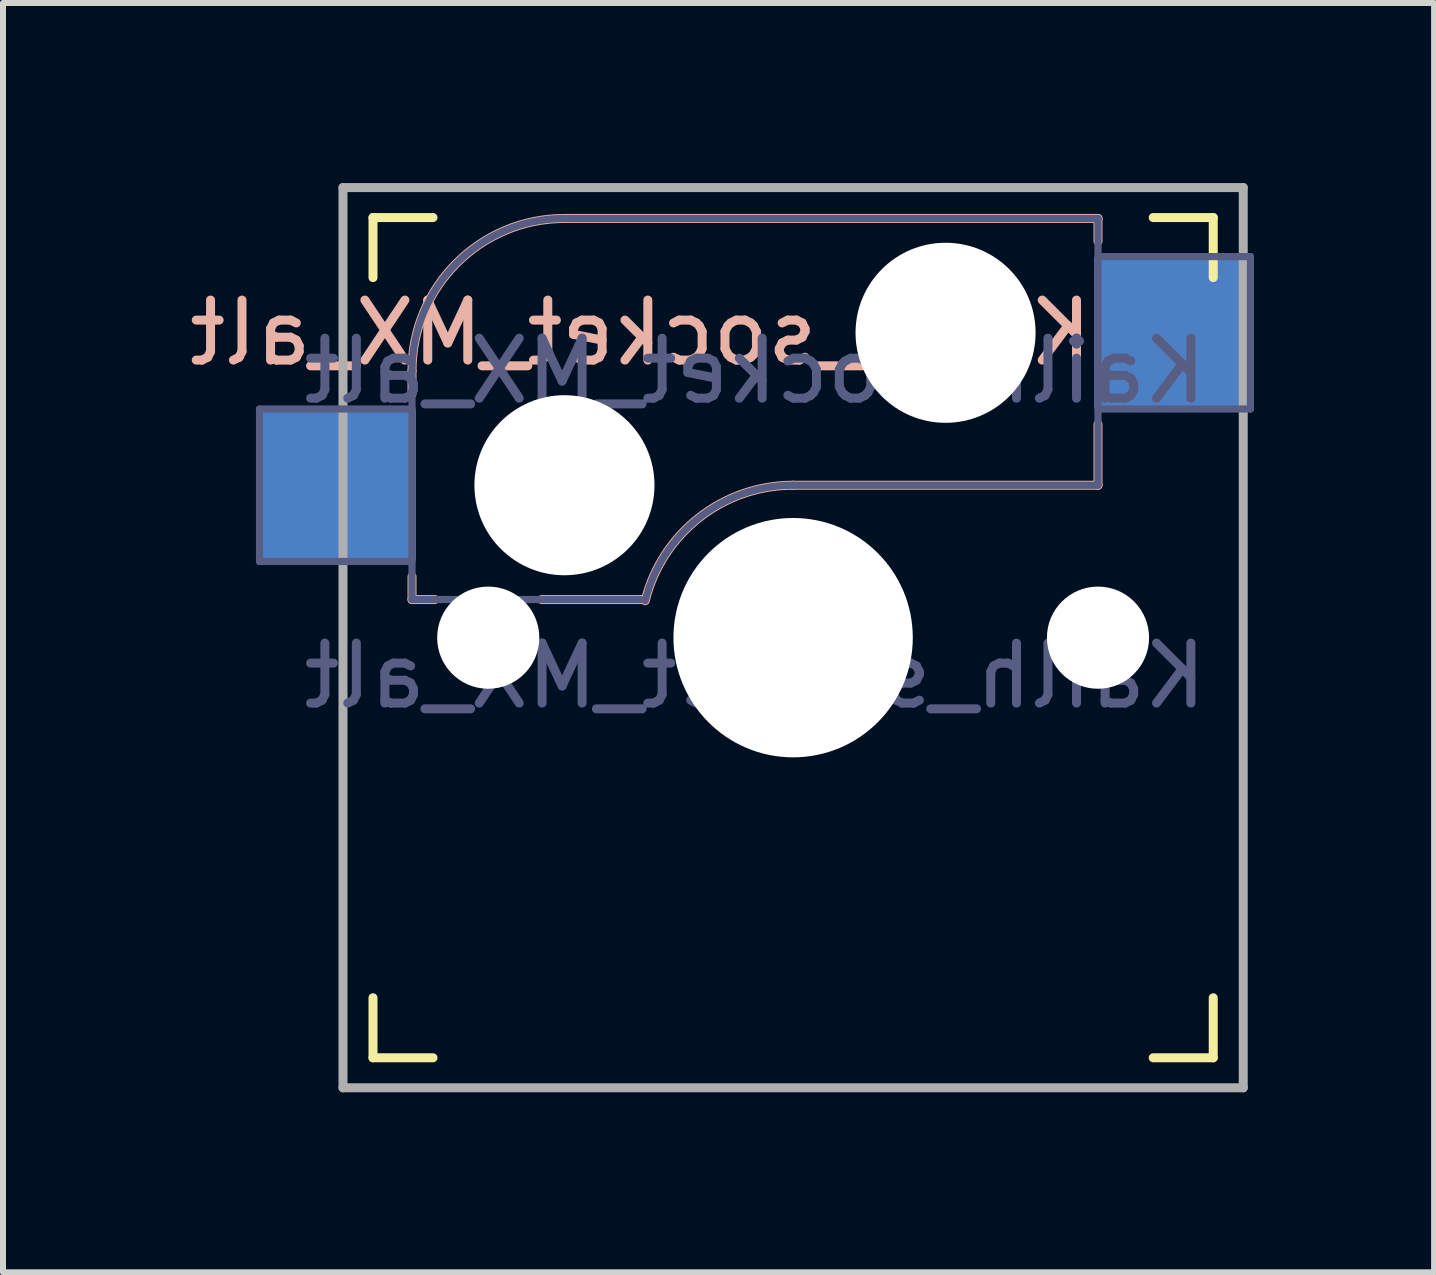
<source format=kicad_pcb>
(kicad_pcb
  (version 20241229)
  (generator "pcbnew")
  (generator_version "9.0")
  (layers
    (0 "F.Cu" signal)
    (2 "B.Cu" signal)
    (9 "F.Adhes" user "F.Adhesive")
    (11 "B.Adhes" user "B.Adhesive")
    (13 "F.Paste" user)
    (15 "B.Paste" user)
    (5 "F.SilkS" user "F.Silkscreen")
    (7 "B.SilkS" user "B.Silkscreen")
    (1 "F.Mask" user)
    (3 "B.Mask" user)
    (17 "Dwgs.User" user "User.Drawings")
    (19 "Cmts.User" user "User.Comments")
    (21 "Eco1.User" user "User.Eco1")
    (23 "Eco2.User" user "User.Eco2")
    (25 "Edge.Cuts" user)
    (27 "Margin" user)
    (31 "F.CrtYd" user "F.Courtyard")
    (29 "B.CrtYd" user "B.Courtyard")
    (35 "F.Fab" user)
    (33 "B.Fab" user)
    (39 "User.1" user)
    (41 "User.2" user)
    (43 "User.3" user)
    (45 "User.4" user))
  (footprint "Kailh_socket_MX_alt"
    (layer "F.Cu")
    (at 10.165 7.575)
    (property "Reference" "Kailh_socket_MX_alt" (at -2.54 -5.08 0) (layer "B.SilkS") (effects (font (size 1 1) (thickness 0.15)) (justify mirror)))
    (property "Value" "Kailh_socket_MX_alt" (at 0 8.255 0) (layer "F.Fab") (hide yes) (effects (font (size 1 1) (thickness 0.15))))
    (attr smd)
    (fp_line (start -7 -6) (end -7 -7) (stroke (width 0.15) (type solid)) (layer "F.SilkS"))
    (fp_line (start -7 7) (end -7 6) (stroke (width 0.15) (type solid)) (layer "F.SilkS"))
    (fp_line (start -7 7) (end -6 7) (stroke (width 0.15) (type solid)) (layer "F.SilkS"))
    (fp_line (start -6 -7) (end -7 -7) (stroke (width 0.15) (type solid)) (layer "F.SilkS"))
    (fp_line (start 6 7) (end 7 7) (stroke (width 0.15) (type solid)) (layer "F.SilkS"))
    (fp_line (start 7 -7) (end 6 -7) (stroke (width 0.15) (type solid)) (layer "F.SilkS"))
    (fp_line (start 7 -7) (end 7 -6) (stroke (width 0.15) (type solid)) (layer "F.SilkS"))
    (fp_line (start 7 6) (end 7 7) (stroke (width 0.15) (type solid)) (layer "F.SilkS"))
    (fp_line (start -6.35 -4.445) (end -6.35 -4.064) (stroke (width 0.15) (type solid)) (layer "B.SilkS"))
    (fp_line (start -6.35 -1.016) (end -6.35 -0.635) (stroke (width 0.15) (type solid)) (layer "B.SilkS"))
    (fp_line (start -5.969 -0.635) (end -6.35 -0.635) (stroke (width 0.15) (type solid)) (layer "B.SilkS"))
    (fp_line (start -3.81 -6.985) (end 5.08 -6.985) (stroke (width 0.15) (type solid)) (layer "B.SilkS"))
    (fp_line (start -2.464 -0.635) (end -4.191 -0.635) (stroke (width 0.15) (type solid)) (layer "B.SilkS"))
    (fp_line (start 5.08 -6.985) (end 5.08 -6.604) (stroke (width 0.15) (type solid)) (layer "B.SilkS"))
    (fp_line (start 5.08 -3.556) (end 5.08 -2.54) (stroke (width 0.15) (type solid)) (layer "B.SilkS"))
    (fp_line (start 5.08 -2.54) (end 0 -2.54) (stroke (width 0.15) (type solid)) (layer "B.SilkS"))
    (fp_arc (start -6.35 -4.445) (mid -5.606051 -6.241051) (end -3.81 -6.985) (stroke (width 0.15) (type solid)) (layer "B.SilkS"))
    (fp_arc (start -2.464162 -0.61604) (mid -1.563147 -2.002042) (end 0 -2.54) (stroke (width 0.15) (type solid)) (layer "B.SilkS"))
    (fp_line (start -6.9 6.9) (end -6.9 -6.9) (stroke (width 0.15) (type solid)) (layer "Eco2.User"))
    (fp_line (start -6.9 6.9) (end 6.9 6.9) (stroke (width 0.15) (type solid)) (layer "Eco2.User"))
    (fp_line (start 6.9 -6.9) (end -6.9 -6.9) (stroke (width 0.15) (type solid)) (layer "Eco2.User"))
    (fp_line (start 6.9 -6.9) (end 6.9 6.9) (stroke (width 0.15) (type solid)) (layer "Eco2.User"))
    (fp_line (start -8.89 -3.81) (end -6.35 -3.81) (stroke (width 0.12) (type solid)) (layer "B.Fab"))
    (fp_line (start -8.89 -1.27) (end -8.89 -3.81) (stroke (width 0.12) (type solid)) (layer "B.Fab"))
    (fp_line (start -6.35 -1.27) (end -8.89 -1.27) (stroke (width 0.12) (type solid)) (layer "B.Fab"))
    (fp_line (start -6.35 -0.635) (end -6.35 -4.445) (stroke (width 0.12) (type solid)) (layer "B.Fab"))
    (fp_line (start -6.35 -0.635) (end -2.54 -0.635) (stroke (width 0.12) (type solid)) (layer "B.Fab"))
    (fp_line (start -3.81 -6.985) (end 5.08 -6.985) (stroke (width 0.12) (type solid)) (layer "B.Fab"))
    (fp_line (start 5.08 -6.985) (end 5.08 -2.54) (stroke (width 0.12) (type solid)) (layer "B.Fab"))
    (fp_line (start 5.08 -6.35) (end 7.62 -6.35) (stroke (width 0.12) (type solid)) (layer "B.Fab"))
    (fp_line (start 5.08 -2.54) (end 0 -2.54) (stroke (width 0.12) (type solid)) (layer "B.Fab"))
    (fp_line (start 7.62 -6.35) (end 7.62 -3.81) (stroke (width 0.12) (type solid)) (layer "B.Fab"))
    (fp_line (start 7.62 -3.81) (end 5.08 -3.81) (stroke (width 0.12) (type solid)) (layer "B.Fab"))
    (fp_arc (start -6.35 -4.445) (mid -5.606051 -6.241051) (end -3.81 -6.985) (stroke (width 0.12) (type solid)) (layer "B.Fab"))
    (fp_arc (start -2.464162 -0.61604) (mid -1.563147 -2.002042) (end 0 -2.54) (stroke (width 0.12) (type solid)) (layer "B.Fab"))
    (fp_line (start -7.5 -7.5) (end 7.5 -7.5) (stroke (width 0.15) (type solid)) (layer "F.Fab"))
    (fp_line (start -7.5 7.5) (end -7.5 -7.5) (stroke (width 0.15) (type solid)) (layer "F.Fab"))
    (fp_line (start 7.5 -7.5) (end 7.5 7.5) (stroke (width 0.15) (type solid)) (layer "F.Fab"))
    (fp_line (start 7.5 7.5) (end -7.5 7.5) (stroke (width 0.15) (type solid)) (layer "F.Fab"))
    (fp_text user "${REFERENCE}" (at -0.635 -4.445 0) (layer "B.Fab") (effects (font (size 1 1) (thickness 0.15)) (justify mirror)))
    (fp_text user "${VALUE}" (at -0.635 0.635 0) (layer "B.Fab") (effects (font (size 1 1) (thickness 0.15)) (justify mirror)))
    (pad "" np_thru_hole circle (at -5.08 0) (size 1.702 1.702) (drill 1.702) (layers "*.Cu" "*.Mask"))
    (pad "" np_thru_hole circle (at -3.81 -2.54) (size 3 3) (drill 3) (layers "*.Cu" "*.Mask"))
    (pad "" np_thru_hole circle (at 0 0) (size 3.988 3.988) (drill 3.988) (layers "*.Cu" "*.Mask"))
    (pad "" np_thru_hole circle (at 2.54 -5.08) (size 3 3) (drill 3) (layers "*.Cu" "*.Mask"))
    (pad "" np_thru_hole circle (at 5.08 0) (size 1.702 1.702) (drill 1.702) (layers "*.Cu" "*.Mask"))
    (pad "1" smd rect (at 6.29 -5.08) (size 2.55 2.5) (layers "B.Cu" "B.Mask" "B.Paste"))
    (pad "2" smd rect (at -7.56 -2.54) (size 2.55 2.5) (layers "B.Cu" "B.Mask" "B.Paste")))
  (gr_rect
    (start -3 -3)
    (end 20.845 18.15)
    (stroke (width 0.1) (type default))
    (fill no)
    (layer "Edge.Cuts")))
</source>
